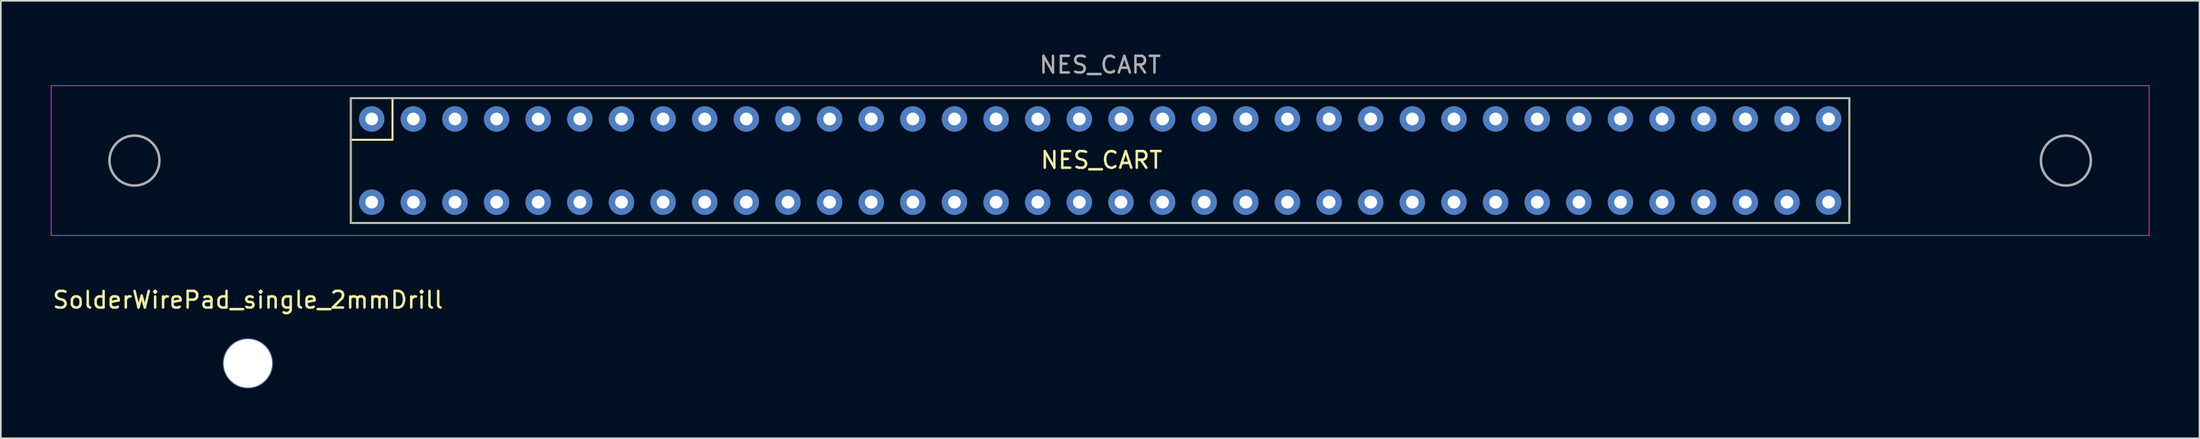
<source format=kicad_pcb>
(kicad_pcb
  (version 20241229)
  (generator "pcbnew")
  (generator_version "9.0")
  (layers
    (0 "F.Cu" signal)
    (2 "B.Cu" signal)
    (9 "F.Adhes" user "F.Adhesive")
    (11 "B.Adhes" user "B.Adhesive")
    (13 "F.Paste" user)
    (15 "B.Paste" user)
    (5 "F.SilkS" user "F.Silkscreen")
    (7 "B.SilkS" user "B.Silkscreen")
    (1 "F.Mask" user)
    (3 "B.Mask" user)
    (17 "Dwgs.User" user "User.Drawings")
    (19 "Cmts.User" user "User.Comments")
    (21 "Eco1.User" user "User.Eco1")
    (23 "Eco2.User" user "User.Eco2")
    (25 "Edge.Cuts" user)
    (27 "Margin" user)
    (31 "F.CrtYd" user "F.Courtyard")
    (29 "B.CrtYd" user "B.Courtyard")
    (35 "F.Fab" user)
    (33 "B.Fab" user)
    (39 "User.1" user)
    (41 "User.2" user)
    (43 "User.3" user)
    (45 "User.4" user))
  (footprint "SolderWirePad_single_2mmDrill"
    (layer "F.Cu")
    (at 11.839 18.782)
    (property "Reference" "SolderWirePad_single_2mmDrill" (at 0 -3.81 0) (layer "F.SilkS") (effects (font (size 1 1) (thickness 0.15))))
    (attr through_hole)
    (pad "1" thru_hole circle (at 0 0) (size 3 3) (drill 2.9) (layers "*.Cu" "*.Mask")))
  (footprint "NES_CART"
    (layer "F.Cu")
    (at 63.025 6.598)
    (property "Reference" "NES_CART" (at 0.081 -0.028 180) (layer "F.SilkS") (effects (font (size 1 1) (thickness 0.15))))
    (attr through_hole)
    (fp_line (start -45 -3.75) (end 45 -3.75) (stroke (width 0.12) (type solid)) (layer "F.SilkS"))
    (fp_line (start -45 3.75) (end -45 -3.75) (stroke (width 0.12) (type solid)) (layer "F.SilkS"))
    (fp_line (start -45 3.75) (end 45 3.75) (stroke (width 0.12) (type solid)) (layer "F.SilkS"))
    (fp_line (start -42.5 -1.25) (end -45 -1.25) (stroke (width 0.12) (type solid)) (layer "F.SilkS"))
    (fp_line (start -42.5 -1.25) (end -42.5 -3.75) (stroke (width 0.12) (type solid)) (layer "F.SilkS"))
    (fp_line (start 45 3.75) (end 45 -3.75) (stroke (width 0.12) (type solid)) (layer "F.SilkS"))
    (fp_line (start -63 -4.5) (end -63 4.5) (stroke (width 0.05) (type solid)) (layer "F.CrtYd"))
    (fp_line (start -63 4.5) (end 63 4.5) (stroke (width 0.05) (type solid)) (layer "F.CrtYd"))
    (fp_line (start 63 -4.5) (end -63 -4.5) (stroke (width 0.05) (type solid)) (layer "F.CrtYd"))
    (fp_line (start 63 4.5) (end 63 -4.5) (stroke (width 0.05) (type solid)) (layer "F.CrtYd"))
    (fp_line (start -45 -3.75) (end 45 -3.75) (stroke (width 0.1) (type solid)) (layer "F.Fab"))
    (fp_line (start -45 3.75) (end -45 -3.75) (stroke (width 0.1) (type solid)) (layer "F.Fab"))
    (fp_line (start -45 3.75) (end 45 3.75) (stroke (width 0.1) (type solid)) (layer "F.Fab"))
    (fp_line (start 45 3.75) (end 45 -3.75) (stroke (width 0.1) (type solid)) (layer "F.Fab"))
    (fp_circle (center -58 0) (end -59.5 0) (stroke (width 0.15) (type solid)) (fill no) (layer "F.Fab"))
    (fp_circle (center 58 0) (end 59.5 0) (stroke (width 0.15) (type solid)) (fill no) (layer "F.Fab"))
    (fp_text user "${REFERENCE}" (at 0 -5.75 180) (layer "F.Fab") (effects (font (size 1 1) (thickness 0.15))))
    (pad "1" thru_hole circle (at -43.75 -2.5) (size 1.524 1.524) (drill 0.762) (layers "*.Cu" "*.Mask"))
    (pad "2" thru_hole circle (at -41.25 -2.5) (size 1.524 1.524) (drill 0.762) (layers "*.Cu" "*.Mask"))
    (pad "3" thru_hole circle (at -38.75 -2.5) (size 1.524 1.524) (drill 0.762) (layers "*.Cu" "*.Mask"))
    (pad "4" thru_hole circle (at -36.25 -2.5) (size 1.524 1.524) (drill 0.762) (layers "*.Cu" "*.Mask"))
    (pad "5" thru_hole circle (at -33.75 -2.5) (size 1.524 1.524) (drill 0.762) (layers "*.Cu" "*.Mask"))
    (pad "6" thru_hole circle (at -31.25 -2.5) (size 1.524 1.524) (drill 0.762) (layers "*.Cu" "*.Mask"))
    (pad "7" thru_hole circle (at -28.75 -2.5) (size 1.524 1.524) (drill 0.762) (layers "*.Cu" "*.Mask"))
    (pad "8" thru_hole circle (at -26.25 -2.5) (size 1.524 1.524) (drill 0.762) (layers "*.Cu" "*.Mask"))
    (pad "9" thru_hole circle (at -23.75 -2.5) (size 1.524 1.524) (drill 0.762) (layers "*.Cu" "*.Mask"))
    (pad "10" thru_hole circle (at -21.25 -2.5) (size 1.524 1.524) (drill 0.762) (layers "*.Cu" "*.Mask"))
    (pad "11" thru_hole circle (at -18.75 -2.5) (size 1.524 1.524) (drill 0.762) (layers "*.Cu" "*.Mask"))
    (pad "12" thru_hole circle (at -16.25 -2.5) (size 1.524 1.524) (drill 0.762) (layers "*.Cu" "*.Mask"))
    (pad "13" thru_hole circle (at -13.75 -2.5) (size 1.524 1.524) (drill 0.762) (layers "*.Cu" "*.Mask"))
    (pad "14" thru_hole circle (at -11.25 -2.5) (size 1.524 1.524) (drill 0.762) (layers "*.Cu" "*.Mask"))
    (pad "15" thru_hole circle (at -8.75 -2.5) (size 1.524 1.524) (drill 0.762) (layers "*.Cu" "*.Mask"))
    (pad "16" thru_hole circle (at -6.25 -2.5) (size 1.524 1.524) (drill 0.762) (layers "*.Cu" "*.Mask"))
    (pad "17" thru_hole circle (at -3.75 -2.5) (size 1.524 1.524) (drill 0.762) (layers "*.Cu" "*.Mask"))
    (pad "18" thru_hole circle (at -1.25 -2.5) (size 1.524 1.524) (drill 0.762) (layers "*.Cu" "*.Mask"))
    (pad "19" thru_hole circle (at 1.25 -2.5) (size 1.524 1.524) (drill 0.762) (layers "*.Cu" "*.Mask"))
    (pad "20" thru_hole circle (at 3.75 -2.5) (size 1.524 1.524) (drill 0.762) (layers "*.Cu" "*.Mask"))
    (pad "21" thru_hole circle (at 6.25 -2.5) (size 1.524 1.524) (drill 0.762) (layers "*.Cu" "*.Mask"))
    (pad "22" thru_hole circle (at 8.75 -2.5) (size 1.524 1.524) (drill 0.762) (layers "*.Cu" "*.Mask"))
    (pad "23" thru_hole circle (at 11.25 -2.5) (size 1.524 1.524) (drill 0.762) (layers "*.Cu" "*.Mask"))
    (pad "24" thru_hole circle (at 13.75 -2.5) (size 1.524 1.524) (drill 0.762) (layers "*.Cu" "*.Mask"))
    (pad "25" thru_hole circle (at 16.25 -2.5) (size 1.524 1.524) (drill 0.762) (layers "*.Cu" "*.Mask"))
    (pad "26" thru_hole circle (at 18.75 -2.5) (size 1.524 1.524) (drill 0.762) (layers "*.Cu" "*.Mask"))
    (pad "27" thru_hole circle (at 21.25 -2.5) (size 1.524 1.524) (drill 0.762) (layers "*.Cu" "*.Mask"))
    (pad "28" thru_hole circle (at 23.75 -2.5) (size 1.524 1.524) (drill 0.762) (layers "*.Cu" "*.Mask"))
    (pad "29" thru_hole circle (at 26.25 -2.5) (size 1.524 1.524) (drill 0.762) (layers "*.Cu" "*.Mask"))
    (pad "30" thru_hole circle (at 28.75 -2.5) (size 1.524 1.524) (drill 0.762) (layers "*.Cu" "*.Mask"))
    (pad "31" thru_hole circle (at 31.25 -2.5) (size 1.524 1.524) (drill 0.762) (layers "*.Cu" "*.Mask"))
    (pad "32" thru_hole circle (at 33.75 -2.5) (size 1.524 1.524) (drill 0.762) (layers "*.Cu" "*.Mask"))
    (pad "33" thru_hole circle (at 36.25 -2.5) (size 1.524 1.524) (drill 0.762) (layers "*.Cu" "*.Mask"))
    (pad "34" thru_hole circle (at 38.75 -2.5) (size 1.524 1.524) (drill 0.762) (layers "*.Cu" "*.Mask"))
    (pad "35" thru_hole circle (at 41.25 -2.5) (size 1.524 1.524) (drill 0.762) (layers "*.Cu" "*.Mask"))
    (pad "36" thru_hole circle (at 43.75 -2.5) (size 1.524 1.524) (drill 0.762) (layers "*.Cu" "*.Mask"))
    (pad "37" thru_hole circle (at -43.75 2.5) (size 1.524 1.524) (drill 0.762) (layers "*.Cu" "*.Mask"))
    (pad "38" thru_hole circle (at -41.25 2.5) (size 1.524 1.524) (drill 0.762) (layers "*.Cu" "*.Mask"))
    (pad "39" thru_hole circle (at -38.75 2.5) (size 1.524 1.524) (drill 0.762) (layers "*.Cu" "*.Mask"))
    (pad "40" thru_hole circle (at -36.25 2.5) (size 1.524 1.524) (drill 0.762) (layers "*.Cu" "*.Mask"))
    (pad "41" thru_hole circle (at -33.75 2.5) (size 1.524 1.524) (drill 0.762) (layers "*.Cu" "*.Mask"))
    (pad "42" thru_hole circle (at -31.25 2.5) (size 1.524 1.524) (drill 0.762) (layers "*.Cu" "*.Mask"))
    (pad "43" thru_hole circle (at -28.75 2.5) (size 1.524 1.524) (drill 0.762) (layers "*.Cu" "*.Mask"))
    (pad "44" thru_hole circle (at -26.25 2.5) (size 1.524 1.524) (drill 0.762) (layers "*.Cu" "*.Mask"))
    (pad "45" thru_hole circle (at -23.75 2.5) (size 1.524 1.524) (drill 0.762) (layers "*.Cu" "*.Mask"))
    (pad "46" thru_hole circle (at -21.25 2.5) (size 1.524 1.524) (drill 0.762) (layers "*.Cu" "*.Mask"))
    (pad "47" thru_hole circle (at -18.75 2.5) (size 1.524 1.524) (drill 0.762) (layers "*.Cu" "*.Mask"))
    (pad "48" thru_hole circle (at -16.25 2.5) (size 1.524 1.524) (drill 0.762) (layers "*.Cu" "*.Mask"))
    (pad "49" thru_hole circle (at -13.75 2.5) (size 1.524 1.524) (drill 0.762) (layers "*.Cu" "*.Mask"))
    (pad "50" thru_hole circle (at -11.25 2.5) (size 1.524 1.524) (drill 0.762) (layers "*.Cu" "*.Mask"))
    (pad "51" thru_hole circle (at -8.75 2.5) (size 1.524 1.524) (drill 0.762) (layers "*.Cu" "*.Mask"))
    (pad "52" thru_hole circle (at -6.25 2.5) (size 1.524 1.524) (drill 0.762) (layers "*.Cu" "*.Mask"))
    (pad "53" thru_hole circle (at -3.75 2.5) (size 1.524 1.524) (drill 0.762) (layers "*.Cu" "*.Mask"))
    (pad "54" thru_hole circle (at -1.25 2.5) (size 1.524 1.524) (drill 0.762) (layers "*.Cu" "*.Mask"))
    (pad "55" thru_hole circle (at 1.25 2.5) (size 1.524 1.524) (drill 0.762) (layers "*.Cu" "*.Mask"))
    (pad "56" thru_hole circle (at 3.75 2.5) (size 1.524 1.524) (drill 0.762) (layers "*.Cu" "*.Mask"))
    (pad "57" thru_hole circle (at 6.25 2.5) (size 1.524 1.524) (drill 0.762) (layers "*.Cu" "*.Mask"))
    (pad "58" thru_hole circle (at 8.75 2.5) (size 1.524 1.524) (drill 0.762) (layers "*.Cu" "*.Mask"))
    (pad "59" thru_hole circle (at 11.25 2.5) (size 1.524 1.524) (drill 0.762) (layers "*.Cu" "*.Mask"))
    (pad "60" thru_hole circle (at 13.75 2.5) (size 1.524 1.524) (drill 0.762) (layers "*.Cu" "*.Mask"))
    (pad "61" thru_hole circle (at 16.25 2.5) (size 1.524 1.524) (drill 0.762) (layers "*.Cu" "*.Mask"))
    (pad "62" thru_hole circle (at 18.75 2.5) (size 1.524 1.524) (drill 0.762) (layers "*.Cu" "*.Mask"))
    (pad "63" thru_hole circle (at 21.25 2.5) (size 1.524 1.524) (drill 0.762) (layers "*.Cu" "*.Mask"))
    (pad "64" thru_hole circle (at 23.75 2.5) (size 1.524 1.524) (drill 0.762) (layers "*.Cu" "*.Mask"))
    (pad "65" thru_hole circle (at 26.25 2.5) (size 1.524 1.524) (drill 0.762) (layers "*.Cu" "*.Mask"))
    (pad "66" thru_hole circle (at 28.75 2.5) (size 1.524 1.524) (drill 0.762) (layers "*.Cu" "*.Mask"))
    (pad "67" thru_hole circle (at 31.25 2.5) (size 1.524 1.524) (drill 0.762) (layers "*.Cu" "*.Mask"))
    (pad "68" thru_hole circle (at 33.75 2.5) (size 1.524 1.524) (drill 0.762) (layers "*.Cu" "*.Mask"))
    (pad "69" thru_hole circle (at 36.25 2.5) (size 1.524 1.524) (drill 0.762) (layers "*.Cu" "*.Mask"))
    (pad "70" thru_hole circle (at 38.75 2.5) (size 1.524 1.524) (drill 0.762) (layers "*.Cu" "*.Mask"))
    (pad "71" thru_hole circle (at 41.25 2.5) (size 1.524 1.524) (drill 0.762) (layers "*.Cu" "*.Mask"))
    (pad "72" thru_hole circle (at 43.75 2.5) (size 1.524 1.524) (drill 0.762) (layers "*.Cu" "*.Mask")))
  (gr_rect
    (start -3 -3)
    (end 129.05 23.282)
    (stroke (width 0.1) (type default))
    (fill no)
    (layer "Edge.Cuts")))
</source>
